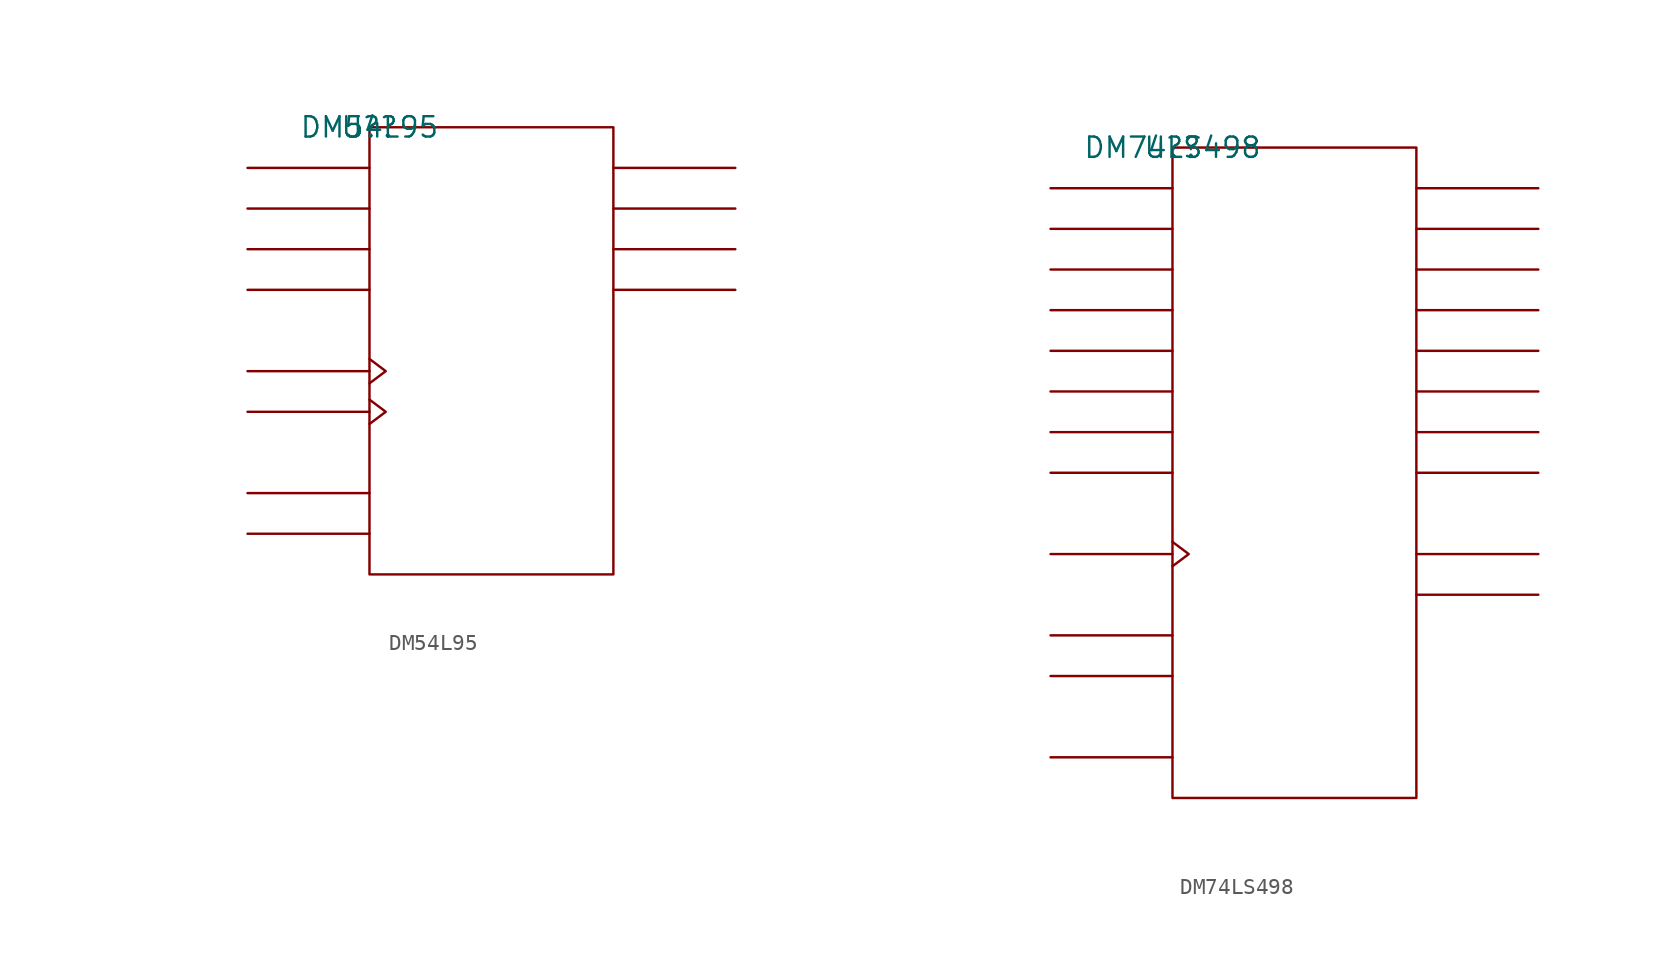
<source format=kicad_sym>
(kicad_symbol_lib
  (version 20211014)
  (generator kicad_symbol_editor)
  (symbol "DM54L95"
    (pin_names
      (offset 0.762))
    (property "Reference" "U?"
      (at 0 0 0)
      (effects (font (size 1.27 1.27))))
    (property "Value" "DM54L95"
      (at 0 0 0)
      (effects (font (size 1.27 1.27))))
    (symbol "DM54L95_0_1"
      (rectangle (start 0 -27.94) (end 15.24 0) (stroke (width 0) (type default) (color 0 0 0 0)) (fill (type none)))
      (polyline (pts (xy 0 -25.4) (xy -7.62 -25.4)) (stroke (width 0) (type default) (color 0 0 0 0)) (fill (type none)))
      (polyline (pts (xy 0 -22.86) (xy -7.62 -22.86)) (stroke (width 0) (type default) (color 0 0 0 0)) (fill (type none)))
      (polyline (pts (xy 0 -17.78) (xy -7.62 -17.78)) (stroke (width 0) (type default) (color 0 0 0 0)) (fill (type none)))
      (polyline (pts (xy 0 -15.24) (xy -7.62 -15.24)) (stroke (width 0) (type default) (color 0 0 0 0)) (fill (type none)))
      (polyline (pts (xy 0 -10.16) (xy -7.62 -10.16)) (stroke (width 0) (type default) (color 0 0 0 0)) (fill (type none)))
      (polyline (pts (xy 0 -7.62) (xy -7.62 -7.62)) (stroke (width 0) (type default) (color 0 0 0 0)) (fill (type none)))
      (polyline (pts (xy 0 -5.08) (xy -7.62 -5.08)) (stroke (width 0) (type default) (color 0 0 0 0)) (fill (type none)))
      (polyline (pts (xy 0 -2.54) (xy -7.62 -2.54)) (stroke (width 0) (type default) (color 0 0 0 0)) (fill (type none)))
      (polyline (pts (xy 15.24 -10.16) (xy 22.86 -10.16)) (stroke (width 0) (type default) (color 0 0 0 0)) (fill (type none)))
      (polyline (pts (xy 15.24 -7.62) (xy 22.86 -7.62)) (stroke (width 0) (type default) (color 0 0 0 0)) (fill (type none)))
      (polyline (pts (xy 15.24 -5.08) (xy 22.86 -5.08)) (stroke (width 0) (type default) (color 0 0 0 0)) (fill (type none)))
      (polyline (pts (xy 15.24 -2.54) (xy 22.86 -2.54)) (stroke (width 0) (type default) (color 0 0 0 0)) (fill (type none)))
      (polyline (pts (xy 0 -17.018) (xy 1.016 -17.78) (xy 0 -18.542)) (stroke (width 0) (type default) (color 0 0 0 0)) (fill (type none)))
      (polyline (pts (xy 0 -14.478) (xy 1.016 -15.24) (xy 0 -16.002)) (stroke (width 0) (type default) (color 0 0 0 0)) (fill (type none))))
    (symbol "DM54L95_1_1"
      (pin unspecified line (at -7.62 -22.86 0) (length 7.62) hide (name "SRLIN" (effects (font (size 1.245 1.245)))) (number "1" (effects (font (size 1.245 1.245)))))
      (pin unspecified line (at 22.86 -7.62 180) (length 7.62) hide (name "QC" (effects (font (size 1.245 1.245)))) (number "10" (effects (font (size 1.245 1.245)))))
      (pin power_in line (at 10.16 -27.94 180) (length 7.62) hide (name "GND" (effects (font (size 1.245 1.245)))) (number "11" (effects (font (size 1.245 1.245)))))
      (pin unspecified line (at 22.86 -5.08 180) (length 7.62) hide (name "QB" (effects (font (size 1.245 1.245)))) (number "12" (effects (font (size 1.245 1.245)))))
      (pin unspecified line (at 22.86 -2.54 180) (length 7.62) hide (name "QA" (effects (font (size 1.245 1.245)))) (number "13" (effects (font (size 1.245 1.245)))))
      (pin unspecified line (at -7.62 -2.54 0) (length 7.62) hide (name "INA" (effects (font (size 1.245 1.245)))) (number "14" (effects (font (size 1.245 1.245)))))
      (pin unspecified line (at -7.62 -5.08 0) (length 7.62) hide (name "INB" (effects (font (size 1.245 1.245)))) (number "2" (effects (font (size 1.245 1.245)))))
      (pin unspecified line (at -7.62 -7.62 0) (length 7.62) hide (name "INC" (effects (font (size 1.245 1.245)))) (number "3" (effects (font (size 1.245 1.245)))))
      (pin power_in line (at 7.62 0 0) (length 7.62) hide (name "VCC" (effects (font (size 1.245 1.245)))) (number "4" (effects (font (size 1.245 1.245)))))
      (pin unspecified line (at -7.62 -10.16 0) (length 7.62) hide (name "IND" (effects (font (size 1.245 1.245)))) (number "5" (effects (font (size 1.245 1.245)))))
      (pin unspecified line (at -7.62 -25.4 0) (length 7.62) hide (name "MODE" (effects (font (size 1.245 1.245)))) (number "6" (effects (font (size 1.245 1.245)))))
      (pin unspecified line (at -7.62 -17.78 180) (length 7.62) hide (name "C\\L\\K\\R\\" (effects (font (size 1.245 1.245)))) (number "7" (effects (font (size 1.245 1.245)))))
      (pin unspecified line (at -7.62 -15.24 180) (length 7.62) hide (name "C\\L\\K\\L\\" (effects (font (size 1.245 1.245)))) (number "8" (effects (font (size 1.245 1.245)))))
      (pin unspecified line (at 22.86 -10.16 180) (length 7.62) hide (name "QD" (effects (font (size 1.245 1.245)))) (number "9" (effects (font (size 1.245 1.245)))))))
  (symbol "DM74LS498"
    (pin_names
      (offset 0.762))
    (property "Reference" "U?"
      (at 0 0 0)
      (effects (font (size 1.27 1.27))))
    (property "Value" "DM74LS498"
      (at 0 0 0)
      (effects (font (size 1.27 1.27))))
    (symbol "DM74LS498_0_1"
      (rectangle (start 0 -40.64) (end 15.24 0) (stroke (width 0) (type default) (color 0 0 0 0)) (fill (type none)))
      (polyline (pts (xy 0 -38.1) (xy -7.62 -38.1)) (stroke (width 0) (type default) (color 0 0 0 0)) (fill (type none)))
      (polyline (pts (xy 0 -33.02) (xy -7.62 -33.02)) (stroke (width 0) (type default) (color 0 0 0 0)) (fill (type none)))
      (polyline (pts (xy 0 -30.48) (xy -7.62 -30.48)) (stroke (width 0) (type default) (color 0 0 0 0)) (fill (type none)))
      (polyline (pts (xy 0 -25.4) (xy -7.62 -25.4)) (stroke (width 0) (type default) (color 0 0 0 0)) (fill (type none)))
      (polyline (pts (xy 0 -20.32) (xy -7.62 -20.32)) (stroke (width 0) (type default) (color 0 0 0 0)) (fill (type none)))
      (polyline (pts (xy 0 -17.78) (xy -7.62 -17.78)) (stroke (width 0) (type default) (color 0 0 0 0)) (fill (type none)))
      (polyline (pts (xy 0 -15.24) (xy -7.62 -15.24)) (stroke (width 0) (type default) (color 0 0 0 0)) (fill (type none)))
      (polyline (pts (xy 0 -12.7) (xy -7.62 -12.7)) (stroke (width 0) (type default) (color 0 0 0 0)) (fill (type none)))
      (polyline (pts (xy 0 -10.16) (xy -7.62 -10.16)) (stroke (width 0) (type default) (color 0 0 0 0)) (fill (type none)))
      (polyline (pts (xy 0 -7.62) (xy -7.62 -7.62)) (stroke (width 0) (type default) (color 0 0 0 0)) (fill (type none)))
      (polyline (pts (xy 0 -5.08) (xy -7.62 -5.08)) (stroke (width 0) (type default) (color 0 0 0 0)) (fill (type none)))
      (polyline (pts (xy 0 -2.54) (xy -7.62 -2.54)) (stroke (width 0) (type default) (color 0 0 0 0)) (fill (type none)))
      (polyline (pts (xy 15.24 -27.94) (xy 22.86 -27.94)) (stroke (width 0) (type default) (color 0 0 0 0)) (fill (type none)))
      (polyline (pts (xy 15.24 -25.4) (xy 22.86 -25.4)) (stroke (width 0) (type default) (color 0 0 0 0)) (fill (type none)))
      (polyline (pts (xy 15.24 -20.32) (xy 22.86 -20.32)) (stroke (width 0) (type default) (color 0 0 0 0)) (fill (type none)))
      (polyline (pts (xy 15.24 -17.78) (xy 22.86 -17.78)) (stroke (width 0) (type default) (color 0 0 0 0)) (fill (type none)))
      (polyline (pts (xy 15.24 -15.24) (xy 22.86 -15.24)) (stroke (width 0) (type default) (color 0 0 0 0)) (fill (type none)))
      (polyline (pts (xy 15.24 -12.7) (xy 22.86 -12.7)) (stroke (width 0) (type default) (color 0 0 0 0)) (fill (type none)))
      (polyline (pts (xy 15.24 -10.16) (xy 22.86 -10.16)) (stroke (width 0) (type default) (color 0 0 0 0)) (fill (type none)))
      (polyline (pts (xy 15.24 -7.62) (xy 22.86 -7.62)) (stroke (width 0) (type default) (color 0 0 0 0)) (fill (type none)))
      (polyline (pts (xy 15.24 -5.08) (xy 22.86 -5.08)) (stroke (width 0) (type default) (color 0 0 0 0)) (fill (type none)))
      (polyline (pts (xy 15.24 -2.54) (xy 22.86 -2.54)) (stroke (width 0) (type default) (color 0 0 0 0)) (fill (type none)))
      (polyline (pts (xy 0 -24.638) (xy 1.016 -25.4) (xy 0 -26.162)) (stroke (width 0) (type default) (color 0 0 0 0)) (fill (type none))))
    (symbol "DM74LS498_1_1"
      (pin unspecified line (at -7.62 -25.4 180) (length 7.62) hide (name "CLK" (effects (font (size 1.245 1.245)))) (number "1" (effects (font (size 1.245 1.245)))))
      (pin unspecified line (at -7.62 -20.32 0) (length 7.62) hide (name "D7" (effects (font (size 1.245 1.245)))) (number "10" (effects (font (size 1.245 1.245)))))
      (pin unspecified line (at -7.62 -33.02 0) (length 7.62) hide (name "I1" (effects (font (size 1.245 1.245)))) (number "11" (effects (font (size 1.245 1.245)))))
      (pin power_in line (at 7.62 -40.64 180) (length 7.62) hide (name "GND" (effects (font (size 1.245 1.245)))) (number "12" (effects (font (size 1.245 1.245)))))
      (pin unspecified line (at -7.62 -38.1 0) (length 7.62) hide (name "O\\E\\" (effects (font (size 1.245 1.245)))) (number "13" (effects (font (size 1.245 1.245)))))
      (pin unspecified line (at 22.86 -27.94 180) (length 7.62) hide (name "RILO" (effects (font (size 1.245 1.245)))) (number "14" (effects (font (size 1.245 1.245)))))
      (pin unspecified line (at 22.86 -20.32 180) (length 7.62) hide (name "Q7" (effects (font (size 1.245 1.245)))) (number "15" (effects (font (size 1.245 1.245)))))
      (pin unspecified line (at 22.86 -17.78 180) (length 7.62) hide (name "Q6" (effects (font (size 1.245 1.245)))) (number "16" (effects (font (size 1.245 1.245)))))
      (pin unspecified line (at 22.86 -15.24 180) (length 7.62) hide (name "Q5" (effects (font (size 1.245 1.245)))) (number "17" (effects (font (size 1.245 1.245)))))
      (pin unspecified line (at 22.86 -12.7 180) (length 7.62) hide (name "Q4" (effects (font (size 1.245 1.245)))) (number "18" (effects (font (size 1.245 1.245)))))
      (pin unspecified line (at 22.86 -10.16 180) (length 7.62) hide (name "Q3" (effects (font (size 1.245 1.245)))) (number "19" (effects (font (size 1.245 1.245)))))
      (pin unspecified line (at -7.62 -30.48 0) (length 7.62) hide (name "I0" (effects (font (size 1.245 1.245)))) (number "2" (effects (font (size 1.245 1.245)))))
      (pin unspecified line (at 22.86 -7.62 180) (length 7.62) hide (name "Q2" (effects (font (size 1.245 1.245)))) (number "20" (effects (font (size 1.245 1.245)))))
      (pin unspecified line (at 22.86 -5.08 180) (length 7.62) hide (name "Q1" (effects (font (size 1.245 1.245)))) (number "21" (effects (font (size 1.245 1.245)))))
      (pin unspecified line (at 22.86 -2.54 180) (length 7.62) hide (name "Q0" (effects (font (size 1.245 1.245)))) (number "22" (effects (font (size 1.245 1.245)))))
      (pin unspecified line (at 22.86 -25.4 180) (length 7.62) hide (name "LIRO" (effects (font (size 1.245 1.245)))) (number "23" (effects (font (size 1.245 1.245)))))
      (pin power_in line (at 7.62 0 180) (length 7.62) hide (name "VCC" (effects (font (size 1.245 1.245)))) (number "24" (effects (font (size 1.245 1.245)))))
      (pin unspecified line (at -7.62 -2.54 0) (length 7.62) hide (name "D0" (effects (font (size 1.245 1.245)))) (number "3" (effects (font (size 1.245 1.245)))))
      (pin unspecified line (at -7.62 -5.08 0) (length 7.62) hide (name "D1" (effects (font (size 1.245 1.245)))) (number "4" (effects (font (size 1.245 1.245)))))
      (pin unspecified line (at -7.62 -7.62 0) (length 7.62) hide (name "D2" (effects (font (size 1.245 1.245)))) (number "5" (effects (font (size 1.245 1.245)))))
      (pin unspecified line (at -7.62 -10.16 0) (length 7.62) hide (name "D3" (effects (font (size 1.245 1.245)))) (number "6" (effects (font (size 1.245 1.245)))))
      (pin unspecified line (at -7.62 -12.7 0) (length 7.62) hide (name "D4" (effects (font (size 1.245 1.245)))) (number "7" (effects (font (size 1.245 1.245)))))
      (pin unspecified line (at -7.62 -15.24 0) (length 7.62) hide (name "D5" (effects (font (size 1.245 1.245)))) (number "8" (effects (font (size 1.245 1.245)))))
      (pin unspecified line (at -7.62 -17.78 0) (length 7.62) hide (name "D6" (effects (font (size 1.245 1.245)))) (number "9" (effects (font (size 1.245 1.245))))))))
</source>
